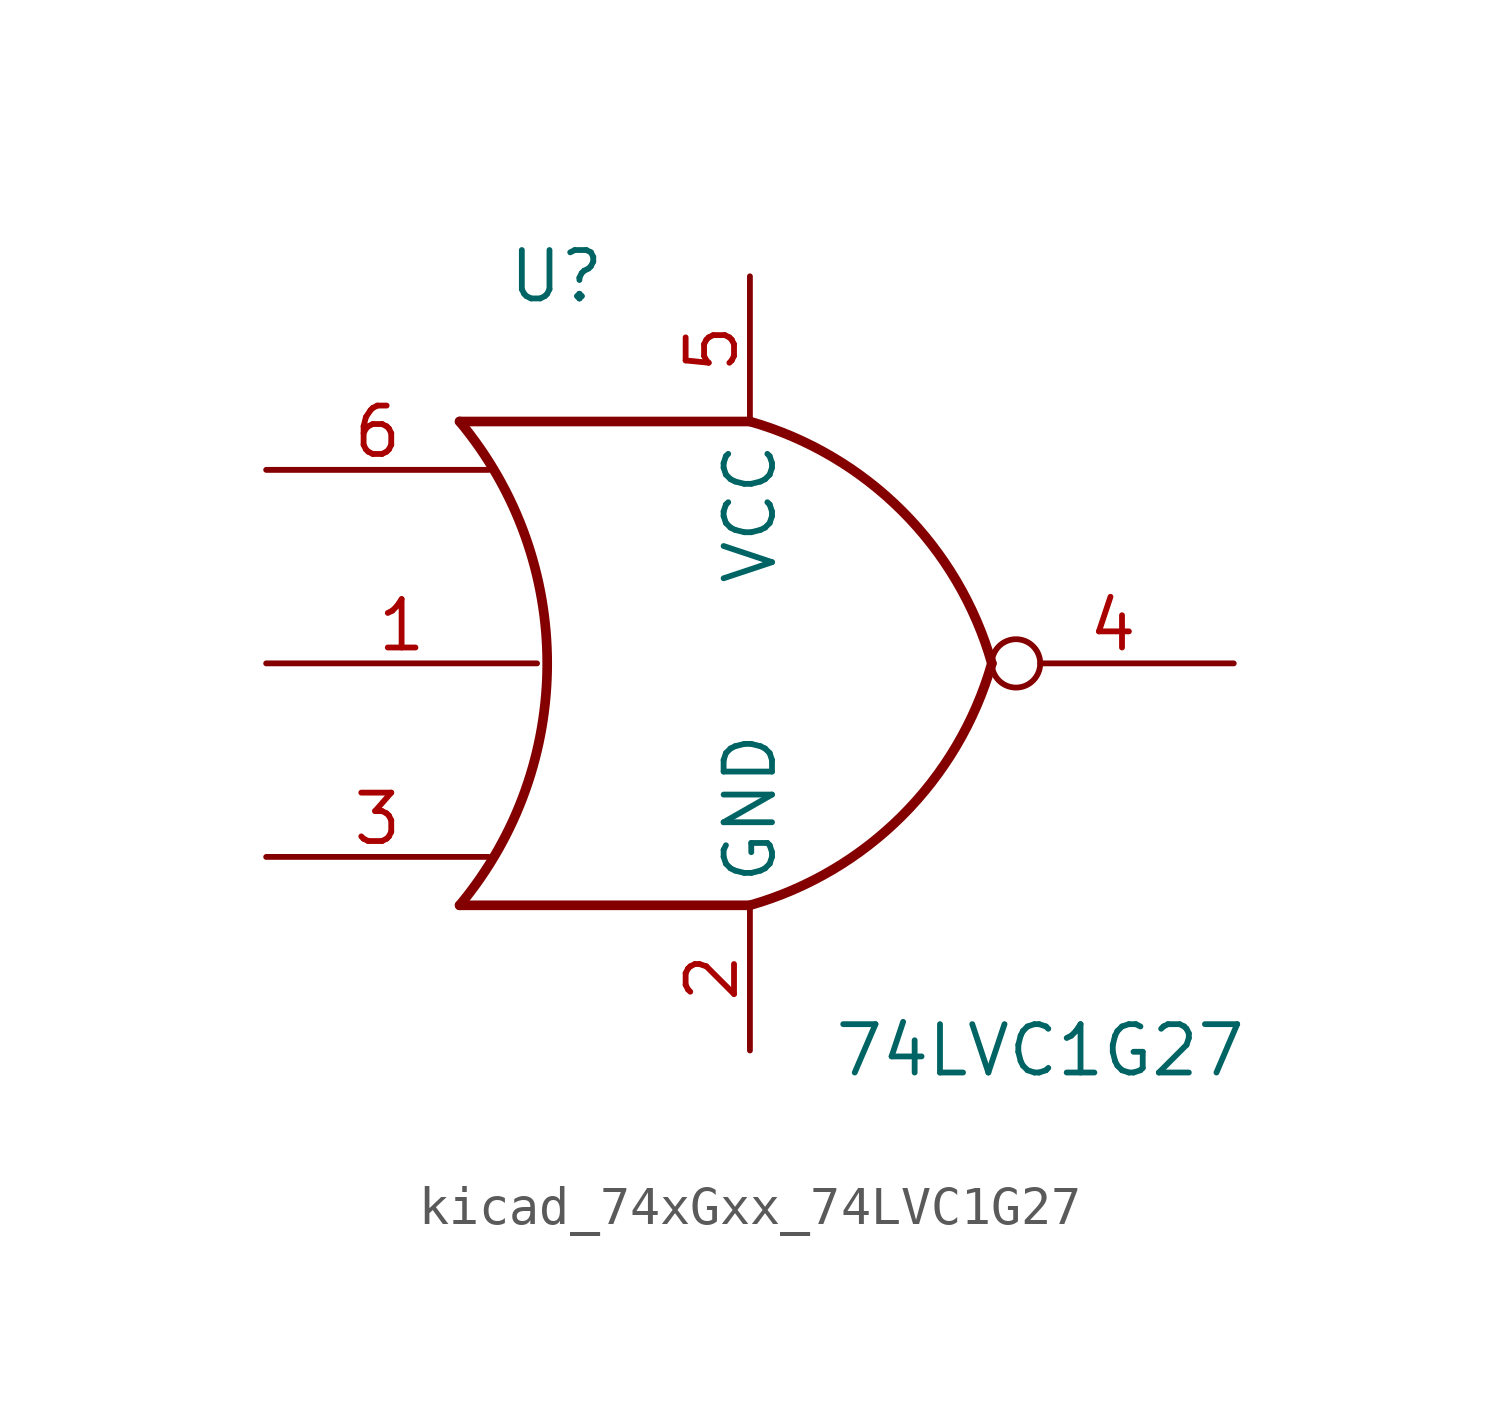
<source format=kicad_sym>
(kicad_symbol_lib
  (version 20220914)
  (generator kicad_symbol_editor)
  (symbol "kicad_74xGxx_74LVC1G27"
    (property "Reference" "U"
      (at -5.08 10.16 0)
      (effects (font (size 1.27 1.27))))
    (property "Value" "74LVC1G27"
      (at 7.62 -10.16 0)
      (effects (font (size 1.27 1.27))))
    (symbol "kicad_74xGxx_74LVC1G27_0_1"
      (arc (start -7.62 -6.35) (mid -5.321 0) (end -7.62 6.35) (stroke (width 0.254) (type default)) (fill (type none)))
      (arc (start 0 -6.35) (mid 3.9978 -3.9978) (end 6.35 0) (stroke (width 0.254) (type default)) (fill (type none)))
      (polyline (pts (xy 0 -6.35) (xy -7.62 -6.35)) (stroke (width 0.254) (type default)) (fill (type background)))
      (polyline (pts (xy 0 6.35) (xy -7.62 6.35)) (stroke (width 0.254) (type default)) (fill (type background)))
      (arc (start 6.35 0) (mid 3.9978 3.9978) (end 0 6.35) (stroke (width 0.254) (type default)) (fill (type none))))
    (symbol "kicad_74xGxx_74LVC1G27_1_1"
      (pin input line (at -12.698 0 0) (length 7.11) (name "~" (effects (font (size 1.27 1.27)))) (number "1" (effects (font (size 1.27 1.27)))))
      (pin power_in line (at 0 -10.16 90) (length 3.81) (name "GND" (effects (font (size 1.27 1.27)))) (number "2" (effects (font (size 1.27 1.27)))))
      (pin input line (at -12.698 -5.08 0) (length 5.84) (name "~" (effects (font (size 1.27 1.27)))) (number "3" (effects (font (size 1.27 1.27)))))
      (pin output inverted (at 12.7 0 180) (length 6.35) (name "~" (effects (font (size 1.27 1.27)))) (number "4" (effects (font (size 1.27 1.27)))))
      (pin power_in line (at 0 10.16 270) (length 3.81) (name "VCC" (effects (font (size 1.27 1.27)))) (number "5" (effects (font (size 1.27 1.27)))))
      (pin input line (at -12.698 5.08 0) (length 5.84) (name "~" (effects (font (size 1.27 1.27)))) (number "6" (effects (font (size 1.27 1.27))))))))
</source>
